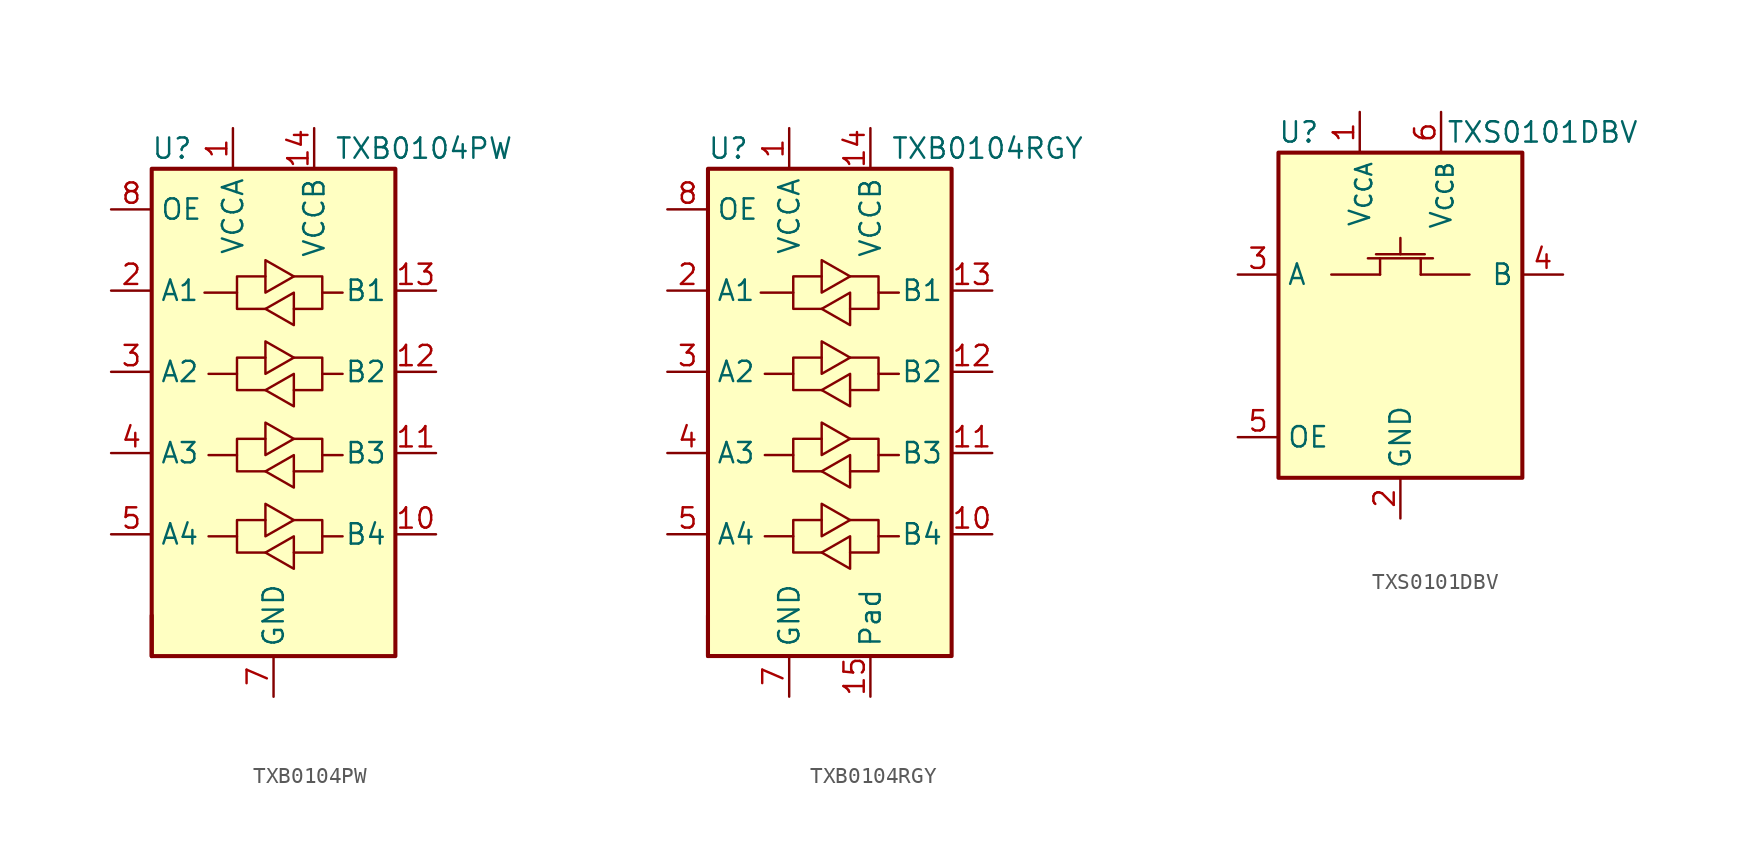
<source format=kicad_sym>
(kicad_symbol_lib
  (version 20211014)
  (generator kicad_symbol_editor)
  (symbol "TXB0104PW"
    (property "Reference" "U"
      (at -6.35 16.51 0)
      (effects (font (size 1.27 1.27))))
    (property "Value" "TXB0104PW"
      (at 3.81 16.51 0)
      (effects (font (size 1.27 1.27)) (justify left)))
    (symbol "TXB0104PW_0_1"
      (rectangle (start -7.62 -15.24) (end -7.62 -12.7) (stroke (width 0.254) (type default) (color 0 0 0 0)) (fill (type none)))
      (rectangle (start -7.62 15.24) (end 7.62 -15.24) (stroke (width 0.254) (type default) (color 0 0 0 0)) (fill (type background)))
      (polyline (pts (xy -2.286 -7.747) (xy -2.286 -6.731) (xy -0.508 -6.731)) (stroke (width 0) (type default) (color 0 0 0 0)) (fill (type none)))
      (polyline (pts (xy -2.286 -2.667) (xy -2.286 -1.651) (xy -0.508 -1.651)) (stroke (width 0) (type default) (color 0 0 0 0)) (fill (type none)))
      (polyline (pts (xy -2.286 2.413) (xy -2.286 3.429) (xy -0.508 3.429)) (stroke (width 0) (type default) (color 0 0 0 0)) (fill (type none)))
      (polyline (pts (xy -2.286 7.493) (xy -2.286 8.509) (xy -0.508 8.509)) (stroke (width 0) (type default) (color 0 0 0 0)) (fill (type none)))
      (polyline (pts (xy 3.048 -7.747) (xy 3.048 -8.763) (xy 1.27 -8.763)) (stroke (width 0) (type default) (color 0 0 0 0)) (fill (type none)))
      (polyline (pts (xy 3.048 -2.667) (xy 3.048 -3.683) (xy 1.27 -3.683)) (stroke (width 0) (type default) (color 0 0 0 0)) (fill (type none)))
      (polyline (pts (xy 3.048 2.413) (xy 3.048 1.397) (xy 1.27 1.397)) (stroke (width 0) (type default) (color 0 0 0 0)) (fill (type none)))
      (polyline (pts (xy 3.048 7.493) (xy 3.048 6.477) (xy 1.27 6.477)) (stroke (width 0) (type default) (color 0 0 0 0)) (fill (type none)))
      (polyline (pts (xy -0.508 -8.763) (xy -2.286 -8.763) (xy -2.286 -7.747) (xy -4.064 -7.747)) (stroke (width 0) (type default) (color 0 0 0 0)) (fill (type none)))
      (polyline (pts (xy -0.508 -8.763) (xy 1.27 -7.747) (xy 1.27 -9.779) (xy -0.508 -8.763)) (stroke (width 0) (type default) (color 0 0 0 0)) (fill (type none)))
      (polyline (pts (xy -0.508 -3.683) (xy -2.286 -3.683) (xy -2.286 -2.667) (xy -4.064 -2.667)) (stroke (width 0) (type default) (color 0 0 0 0)) (fill (type none)))
      (polyline (pts (xy -0.508 -3.683) (xy 1.27 -2.667) (xy 1.27 -4.699) (xy -0.508 -3.683)) (stroke (width 0) (type default) (color 0 0 0 0)) (fill (type none)))
      (polyline (pts (xy -0.508 1.397) (xy -2.286 1.397) (xy -2.286 2.413) (xy -4.064 2.413)) (stroke (width 0) (type default) (color 0 0 0 0)) (fill (type none)))
      (polyline (pts (xy -0.508 1.397) (xy 1.27 2.413) (xy 1.27 0.381) (xy -0.508 1.397)) (stroke (width 0) (type default) (color 0 0 0 0)) (fill (type none)))
      (polyline (pts (xy -0.508 6.477) (xy -2.286 6.477) (xy -2.286 7.493) (xy -4.318 7.493)) (stroke (width 0) (type default) (color 0 0 0 0)) (fill (type none)))
      (polyline (pts (xy -0.508 6.477) (xy 1.27 7.493) (xy 1.27 5.461) (xy -0.508 6.477)) (stroke (width 0) (type default) (color 0 0 0 0)) (fill (type none)))
      (polyline (pts (xy 1.27 -6.731) (xy -0.508 -7.747) (xy -0.508 -5.715) (xy 1.27 -6.731)) (stroke (width 0) (type default) (color 0 0 0 0)) (fill (type none)))
      (polyline (pts (xy 1.27 -6.731) (xy 3.048 -6.731) (xy 3.048 -7.747) (xy 4.318 -7.747)) (stroke (width 0) (type default) (color 0 0 0 0)) (fill (type none)))
      (polyline (pts (xy 1.27 -1.651) (xy -0.508 -2.667) (xy -0.508 -0.635) (xy 1.27 -1.651)) (stroke (width 0) (type default) (color 0 0 0 0)) (fill (type none)))
      (polyline (pts (xy 1.27 -1.651) (xy 3.048 -1.651) (xy 3.048 -2.667) (xy 4.318 -2.667)) (stroke (width 0) (type default) (color 0 0 0 0)) (fill (type none)))
      (polyline (pts (xy 1.27 3.429) (xy -0.508 2.413) (xy -0.508 4.445) (xy 1.27 3.429)) (stroke (width 0) (type default) (color 0 0 0 0)) (fill (type none)))
      (polyline (pts (xy 1.27 3.429) (xy 3.048 3.429) (xy 3.048 2.413) (xy 4.318 2.413)) (stroke (width 0) (type default) (color 0 0 0 0)) (fill (type none)))
      (polyline (pts (xy 1.27 8.509) (xy -0.508 7.493) (xy -0.508 9.525) (xy 1.27 8.509)) (stroke (width 0) (type default) (color 0 0 0 0)) (fill (type none)))
      (polyline (pts (xy 1.27 8.509) (xy 3.048 8.509) (xy 3.048 7.493) (xy 4.318 7.493)) (stroke (width 0) (type default) (color 0 0 0 0)) (fill (type none))))
    (symbol "TXB0104PW_1_1"
      (pin power_in line (at -2.54 17.78 270) (length 2.54) (name "VCCA" (effects (font (size 1.27 1.27)))) (number "1" (effects (font (size 1.27 1.27)))))
      (pin bidirectional line (at 10.16 -7.62 180) (length 2.54) (name "B4" (effects (font (size 1.27 1.27)))) (number "10" (effects (font (size 1.27 1.27)))))
      (pin bidirectional line (at 10.16 -2.54 180) (length 2.54) (name "B3" (effects (font (size 1.27 1.27)))) (number "11" (effects (font (size 1.27 1.27)))))
      (pin bidirectional line (at 10.16 2.54 180) (length 2.54) (name "B2" (effects (font (size 1.27 1.27)))) (number "12" (effects (font (size 1.27 1.27)))))
      (pin bidirectional line (at 10.16 7.62 180) (length 2.54) (name "B1" (effects (font (size 1.27 1.27)))) (number "13" (effects (font (size 1.27 1.27)))))
      (pin power_in line (at 2.54 17.78 270) (length 2.54) (name "VCCB" (effects (font (size 1.27 1.27)))) (number "14" (effects (font (size 1.27 1.27)))))
      (pin bidirectional line (at -10.16 7.62 0) (length 2.54) (name "A1" (effects (font (size 1.27 1.27)))) (number "2" (effects (font (size 1.27 1.27)))))
      (pin bidirectional line (at -10.16 2.54 0) (length 2.54) (name "A2" (effects (font (size 1.27 1.27)))) (number "3" (effects (font (size 1.27 1.27)))))
      (pin bidirectional line (at -10.16 -2.54 0) (length 2.54) (name "A3" (effects (font (size 1.27 1.27)))) (number "4" (effects (font (size 1.27 1.27)))))
      (pin bidirectional line (at -10.16 -7.62 0) (length 2.54) (name "A4" (effects (font (size 1.27 1.27)))) (number "5" (effects (font (size 1.27 1.27)))))
      (pin no_connect line (at -7.62 -12.7 0) (length 2.54) hide (name "NC" (effects (font (size 1.27 1.27)))) (number "6" (effects (font (size 1.27 1.27)))))
      (pin power_in line (at 0 -17.78 90) (length 2.54) (name "GND" (effects (font (size 1.27 1.27)))) (number "7" (effects (font (size 1.27 1.27)))))
      (pin input line (at -10.16 12.7 0) (length 2.54) (name "OE" (effects (font (size 1.27 1.27)))) (number "8" (effects (font (size 1.27 1.27)))))
      (pin no_connect line (at 7.62 -12.7 180) (length 2.54) hide (name "NC" (effects (font (size 1.27 1.27)))) (number "9" (effects (font (size 1.27 1.27)))))))
  (symbol "TXB0104RGY"
    (property "Reference" "U"
      (at -6.35 16.51 0)
      (effects (font (size 1.27 1.27))))
    (property "Value" "TXB0104RGY"
      (at 3.81 16.51 0)
      (effects (font (size 1.27 1.27)) (justify left)))
    (symbol "TXB0104RGY_0_1"
      (rectangle (start -7.62 -15.24) (end -7.62 -12.7) (stroke (width 0.254) (type default) (color 0 0 0 0)) (fill (type none)))
      (rectangle (start -7.62 15.24) (end 7.62 -15.24) (stroke (width 0.254) (type default) (color 0 0 0 0)) (fill (type background)))
      (polyline (pts (xy -2.286 -7.747) (xy -2.286 -6.731) (xy -0.508 -6.731)) (stroke (width 0) (type default) (color 0 0 0 0)) (fill (type none)))
      (polyline (pts (xy -2.286 -2.667) (xy -2.286 -1.651) (xy -0.508 -1.651)) (stroke (width 0) (type default) (color 0 0 0 0)) (fill (type none)))
      (polyline (pts (xy -2.286 2.413) (xy -2.286 3.429) (xy -0.508 3.429)) (stroke (width 0) (type default) (color 0 0 0 0)) (fill (type none)))
      (polyline (pts (xy -2.286 7.493) (xy -2.286 8.509) (xy -0.508 8.509)) (stroke (width 0) (type default) (color 0 0 0 0)) (fill (type none)))
      (polyline (pts (xy 3.048 -7.747) (xy 3.048 -8.763) (xy 1.27 -8.763)) (stroke (width 0) (type default) (color 0 0 0 0)) (fill (type none)))
      (polyline (pts (xy 3.048 -2.667) (xy 3.048 -3.683) (xy 1.27 -3.683)) (stroke (width 0) (type default) (color 0 0 0 0)) (fill (type none)))
      (polyline (pts (xy 3.048 2.413) (xy 3.048 1.397) (xy 1.27 1.397)) (stroke (width 0) (type default) (color 0 0 0 0)) (fill (type none)))
      (polyline (pts (xy 3.048 7.493) (xy 3.048 6.477) (xy 1.27 6.477)) (stroke (width 0) (type default) (color 0 0 0 0)) (fill (type none)))
      (polyline (pts (xy -0.508 -8.763) (xy -2.286 -8.763) (xy -2.286 -7.747) (xy -4.064 -7.747)) (stroke (width 0) (type default) (color 0 0 0 0)) (fill (type none)))
      (polyline (pts (xy -0.508 -8.763) (xy 1.27 -7.747) (xy 1.27 -9.779) (xy -0.508 -8.763)) (stroke (width 0) (type default) (color 0 0 0 0)) (fill (type none)))
      (polyline (pts (xy -0.508 -3.683) (xy -2.286 -3.683) (xy -2.286 -2.667) (xy -4.064 -2.667)) (stroke (width 0) (type default) (color 0 0 0 0)) (fill (type none)))
      (polyline (pts (xy -0.508 -3.683) (xy 1.27 -2.667) (xy 1.27 -4.699) (xy -0.508 -3.683)) (stroke (width 0) (type default) (color 0 0 0 0)) (fill (type none)))
      (polyline (pts (xy -0.508 1.397) (xy -2.286 1.397) (xy -2.286 2.413) (xy -4.064 2.413)) (stroke (width 0) (type default) (color 0 0 0 0)) (fill (type none)))
      (polyline (pts (xy -0.508 1.397) (xy 1.27 2.413) (xy 1.27 0.381) (xy -0.508 1.397)) (stroke (width 0) (type default) (color 0 0 0 0)) (fill (type none)))
      (polyline (pts (xy -0.508 6.477) (xy -2.286 6.477) (xy -2.286 7.493) (xy -4.318 7.493)) (stroke (width 0) (type default) (color 0 0 0 0)) (fill (type none)))
      (polyline (pts (xy -0.508 6.477) (xy 1.27 7.493) (xy 1.27 5.461) (xy -0.508 6.477)) (stroke (width 0) (type default) (color 0 0 0 0)) (fill (type none)))
      (polyline (pts (xy 1.27 -6.731) (xy -0.508 -7.747) (xy -0.508 -5.715) (xy 1.27 -6.731)) (stroke (width 0) (type default) (color 0 0 0 0)) (fill (type none)))
      (polyline (pts (xy 1.27 -6.731) (xy 3.048 -6.731) (xy 3.048 -7.747) (xy 4.318 -7.747)) (stroke (width 0) (type default) (color 0 0 0 0)) (fill (type none)))
      (polyline (pts (xy 1.27 -1.651) (xy -0.508 -2.667) (xy -0.508 -0.635) (xy 1.27 -1.651)) (stroke (width 0) (type default) (color 0 0 0 0)) (fill (type none)))
      (polyline (pts (xy 1.27 -1.651) (xy 3.048 -1.651) (xy 3.048 -2.667) (xy 4.318 -2.667)) (stroke (width 0) (type default) (color 0 0 0 0)) (fill (type none)))
      (polyline (pts (xy 1.27 3.429) (xy -0.508 2.413) (xy -0.508 4.445) (xy 1.27 3.429)) (stroke (width 0) (type default) (color 0 0 0 0)) (fill (type none)))
      (polyline (pts (xy 1.27 3.429) (xy 3.048 3.429) (xy 3.048 2.413) (xy 4.318 2.413)) (stroke (width 0) (type default) (color 0 0 0 0)) (fill (type none)))
      (polyline (pts (xy 1.27 8.509) (xy -0.508 7.493) (xy -0.508 9.525) (xy 1.27 8.509)) (stroke (width 0) (type default) (color 0 0 0 0)) (fill (type none)))
      (polyline (pts (xy 1.27 8.509) (xy 3.048 8.509) (xy 3.048 7.493) (xy 4.318 7.493)) (stroke (width 0) (type default) (color 0 0 0 0)) (fill (type none))))
    (symbol "TXB0104RGY_1_1"
      (pin power_in line (at -2.54 17.78 270) (length 2.54) (name "VCCA" (effects (font (size 1.27 1.27)))) (number "1" (effects (font (size 1.27 1.27)))))
      (pin bidirectional line (at 10.16 -7.62 180) (length 2.54) (name "B4" (effects (font (size 1.27 1.27)))) (number "10" (effects (font (size 1.27 1.27)))))
      (pin bidirectional line (at 10.16 -2.54 180) (length 2.54) (name "B3" (effects (font (size 1.27 1.27)))) (number "11" (effects (font (size 1.27 1.27)))))
      (pin bidirectional line (at 10.16 2.54 180) (length 2.54) (name "B2" (effects (font (size 1.27 1.27)))) (number "12" (effects (font (size 1.27 1.27)))))
      (pin bidirectional line (at 10.16 7.62 180) (length 2.54) (name "B1" (effects (font (size 1.27 1.27)))) (number "13" (effects (font (size 1.27 1.27)))))
      (pin power_in line (at 2.54 17.78 270) (length 2.54) (name "VCCB" (effects (font (size 1.27 1.27)))) (number "14" (effects (font (size 1.27 1.27)))))
      (pin input line (at 2.54 -17.78 90) (length 2.54) (name "Pad" (effects (font (size 1.27 1.27)))) (number "15" (effects (font (size 1.27 1.27)))))
      (pin bidirectional line (at -10.16 7.62 0) (length 2.54) (name "A1" (effects (font (size 1.27 1.27)))) (number "2" (effects (font (size 1.27 1.27)))))
      (pin bidirectional line (at -10.16 2.54 0) (length 2.54) (name "A2" (effects (font (size 1.27 1.27)))) (number "3" (effects (font (size 1.27 1.27)))))
      (pin bidirectional line (at -10.16 -2.54 0) (length 2.54) (name "A3" (effects (font (size 1.27 1.27)))) (number "4" (effects (font (size 1.27 1.27)))))
      (pin bidirectional line (at -10.16 -7.62 0) (length 2.54) (name "A4" (effects (font (size 1.27 1.27)))) (number "5" (effects (font (size 1.27 1.27)))))
      (pin no_connect line (at -7.62 -12.7 0) (length 2.54) hide (name "NC" (effects (font (size 1.27 1.27)))) (number "6" (effects (font (size 1.27 1.27)))))
      (pin power_in line (at -2.54 -17.78 90) (length 2.54) (name "GND" (effects (font (size 1.27 1.27)))) (number "7" (effects (font (size 1.27 1.27)))))
      (pin input line (at -10.16 12.7 0) (length 2.54) (name "OE" (effects (font (size 1.27 1.27)))) (number "8" (effects (font (size 1.27 1.27)))))
      (pin no_connect line (at 7.62 -12.7 180) (length 2.54) hide (name "NC" (effects (font (size 1.27 1.27)))) (number "9" (effects (font (size 1.27 1.27)))))))
  (symbol "TXS0101DBV"
    (property "Reference" "U"
      (at -6.35 11.43 0)
      (effects (font (size 1.27 1.27))))
    (property "Value" "TXS0101DBV"
      (at 8.89 11.43 0)
      (effects (font (size 1.27 1.27))))
    (symbol "TXS0101DBV_0_1"
      (rectangle (start -7.62 10.16) (end 7.62 -10.16) (stroke (width 0.254) (type default) (color 0 0 0 0)) (fill (type background))))
    (symbol "TXS0101DBV_1_1"
      (polyline (pts (xy -4.318 2.54) (xy -1.27 2.54)) (stroke (width 0) (type default) (color 0 0 0 0)) (fill (type none)))
      (polyline (pts (xy -2.032 3.556) (xy 2.032 3.556)) (stroke (width 0) (type default) (color 0 0 0 0)) (fill (type none)))
      (polyline (pts (xy -1.524 3.81) (xy 1.524 3.81)) (stroke (width 0) (type default) (color 0 0 0 0)) (fill (type none)))
      (polyline (pts (xy -1.27 2.54) (xy -1.27 3.556)) (stroke (width 0) (type default) (color 0 0 0 0)) (fill (type none)))
      (polyline (pts (xy 0 3.81) (xy 0 4.826)) (stroke (width 0) (type default) (color 0 0 0 0)) (fill (type none)))
      (polyline (pts (xy 1.27 2.54) (xy 1.27 3.556)) (stroke (width 0) (type default) (color 0 0 0 0)) (fill (type none)))
      (polyline (pts (xy 4.318 2.54) (xy 1.27 2.54)) (stroke (width 0) (type default) (color 0 0 0 0)) (fill (type none)))
      (pin power_in line (at -2.54 12.7 270) (length 2.54) (name "V_{CCA}" (effects (font (size 1.27 1.27)))) (number "1" (effects (font (size 1.27 1.27)))))
      (pin power_in line (at 0 -12.7 90) (length 2.54) (name "GND" (effects (font (size 1.27 1.27)))) (number "2" (effects (font (size 1.27 1.27)))))
      (pin bidirectional line (at -10.16 2.54 0) (length 2.54) (name "A" (effects (font (size 1.27 1.27)))) (number "3" (effects (font (size 1.27 1.27)))))
      (pin bidirectional line (at 10.16 2.54 180) (length 2.54) (name "B" (effects (font (size 1.27 1.27)))) (number "4" (effects (font (size 1.27 1.27)))))
      (pin input line (at -10.16 -7.62 0) (length 2.54) (name "OE" (effects (font (size 1.27 1.27)))) (number "5" (effects (font (size 1.27 1.27)))))
      (pin power_in line (at 2.54 12.7 270) (length 2.54) (name "V_{CCB}" (effects (font (size 1.27 1.27)))) (number "6" (effects (font (size 1.27 1.27))))))))
</source>
